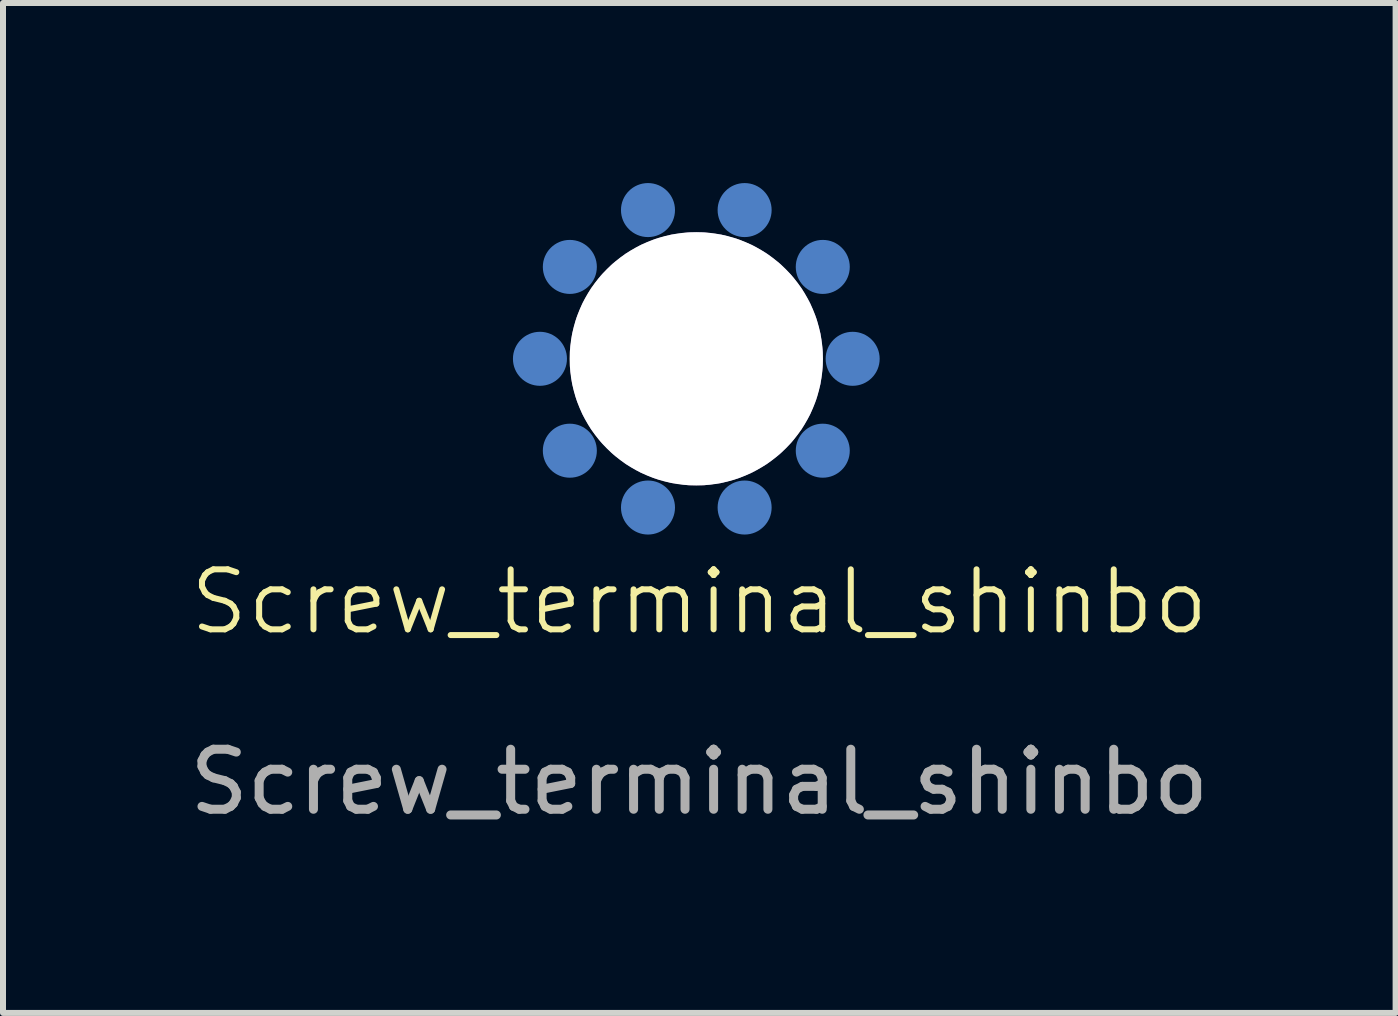
<source format=kicad_pcb>
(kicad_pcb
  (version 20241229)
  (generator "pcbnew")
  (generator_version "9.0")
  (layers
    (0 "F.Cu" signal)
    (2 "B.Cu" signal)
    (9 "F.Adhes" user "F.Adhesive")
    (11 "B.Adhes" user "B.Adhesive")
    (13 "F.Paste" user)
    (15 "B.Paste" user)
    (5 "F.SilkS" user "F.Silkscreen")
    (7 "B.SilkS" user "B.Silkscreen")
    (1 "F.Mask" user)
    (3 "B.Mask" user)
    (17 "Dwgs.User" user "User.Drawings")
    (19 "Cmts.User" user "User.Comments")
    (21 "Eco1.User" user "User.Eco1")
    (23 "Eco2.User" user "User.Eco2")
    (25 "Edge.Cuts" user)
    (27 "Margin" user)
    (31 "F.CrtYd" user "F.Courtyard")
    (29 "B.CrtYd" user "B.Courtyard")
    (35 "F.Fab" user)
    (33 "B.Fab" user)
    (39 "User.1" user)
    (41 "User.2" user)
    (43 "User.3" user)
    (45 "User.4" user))
  (footprint "Screw_terminal_shinbo"
    (layer "F.Cu")
    (at 8.601 7.478)
    (property "Reference" "Screw_terminal_shinbo" (at 0 -0.5 0) (unlocked yes) (layer "F.SilkS") (effects (font (size 1 1) (thickness 0.1))))
    (attr smd)
    (fp_text user "${REFERENCE}" (at 0 2.5 0) (unlocked yes) (layer "F.Fab") (effects (font (size 1 1) (thickness 0.15))))
    (pad "" thru_hole custom (at -0.05 -4.55 90) (size 4.22 4.22) (drill 4.22) (layers "*.Cu" "*.Mask") (options (anchor circle)) (primitives))
    (pad "1" smd circle (at -2.655 -4.55 180) (size 0.9 0.9) (layers "B.Cu" "B.Mask" "B.Paste"))
    (pad "1" smd circle (at -2.157 -6.081 180) (size 0.9 0.9) (layers "B.Cu" "B.Mask" "B.Paste"))
    (pad "1" smd circle (at -2.157 -3.019 180) (size 0.9 0.9) (layers "B.Cu" "B.Mask" "B.Paste"))
    (pad "1" smd circle (at -0.855 -7.028 180) (size 0.9 0.9) (layers "B.Cu" "B.Mask" "B.Paste"))
    (pad "1" smd circle (at -0.855 -2.072 180) (size 0.9 0.9) (layers "B.Cu" "B.Mask" "B.Paste"))
    (pad "1" smd circle (at 0.755 -7.028 180) (size 0.9 0.9) (layers "B.Cu" "B.Mask" "B.Paste"))
    (pad "1" smd circle (at 0.755 -2.072 180) (size 0.9 0.9) (layers "B.Cu" "B.Mask" "B.Paste"))
    (pad "1" smd circle (at 2.057 -6.081 180) (size 0.9 0.9) (layers "B.Cu" "B.Mask" "B.Paste"))
    (pad "1" smd circle (at 2.057 -3.019 180) (size 0.9 0.9) (layers "B.Cu" "B.Mask" "B.Paste"))
    (pad "1" smd circle (at 2.555 -4.55 180) (size 0.9 0.9) (layers "B.Cu" "B.Mask" "B.Paste")))
  (gr_rect
    (start -3 -3)
    (end 20.202 13.826)
    (stroke (width 0.1) (type default))
    (fill no)
    (layer "Edge.Cuts")))
</source>
